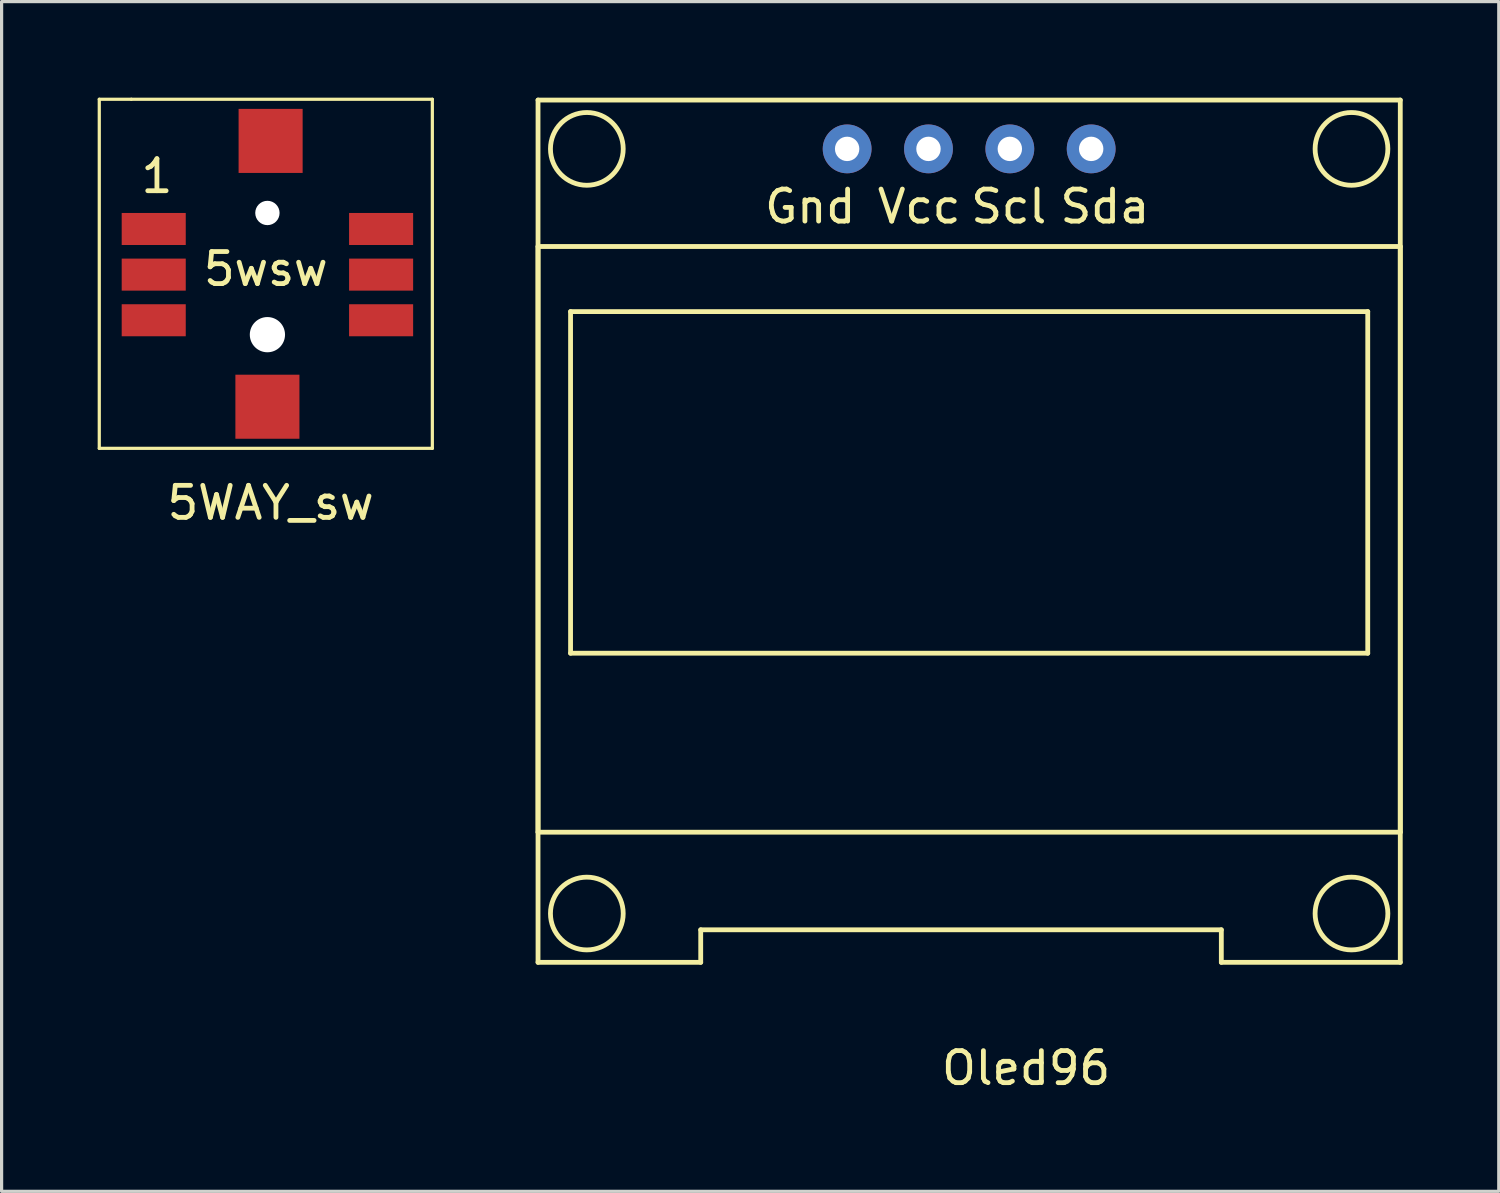
<source format=kicad_pcb>
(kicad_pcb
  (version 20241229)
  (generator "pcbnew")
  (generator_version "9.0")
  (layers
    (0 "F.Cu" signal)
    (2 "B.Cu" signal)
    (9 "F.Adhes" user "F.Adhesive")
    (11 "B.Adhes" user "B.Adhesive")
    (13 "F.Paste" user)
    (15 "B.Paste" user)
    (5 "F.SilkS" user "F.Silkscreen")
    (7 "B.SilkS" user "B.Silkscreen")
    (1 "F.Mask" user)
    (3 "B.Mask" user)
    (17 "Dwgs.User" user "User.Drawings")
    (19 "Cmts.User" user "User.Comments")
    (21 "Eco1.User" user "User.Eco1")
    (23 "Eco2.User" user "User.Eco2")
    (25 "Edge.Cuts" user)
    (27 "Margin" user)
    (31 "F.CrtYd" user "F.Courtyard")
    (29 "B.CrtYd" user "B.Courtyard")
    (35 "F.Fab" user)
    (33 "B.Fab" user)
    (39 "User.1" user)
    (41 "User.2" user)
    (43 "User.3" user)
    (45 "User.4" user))
  (footprint "5WAY_sw"
    (layer "F.Cu")
    (at 1.05 3.6)
    (property "Reference" "5WAY_sw" (at 4.35 9.05 0) (layer "F.SilkS") (effects (font (size 1 1) (thickness 0.15))))
    (attr through_hole)
    (fp_line (start -1 -3.55) (end 0 -3.55) (stroke (width 0.1) (type solid)) (layer "F.SilkS"))
    (fp_line (start -1 7.35) (end -1 -3.55) (stroke (width 0.1) (type solid)) (layer "F.SilkS"))
    (fp_line (start 0 -3.55) (end 9.4 -3.55) (stroke (width 0.1) (type solid)) (layer "F.SilkS"))
    (fp_line (start 9.4 -3.55) (end 9.4 7.35) (stroke (width 0.1) (type solid)) (layer "F.SilkS"))
    (fp_line (start 9.4 7.35) (end -1 7.35) (stroke (width 0.1) (type solid)) (layer "F.SilkS"))
    (fp_circle (center 4.25 0) (end 4.65 -0.1) (stroke (width 0.1) (type solid)) (fill no) (layer "Margin"))
    (fp_circle (center 4.25 3.8) (end 4.8 3.75) (stroke (width 0.1) (type solid)) (fill no) (layer "Margin"))
    (fp_text user "1" (at 0.8 -1.15 0) (layer "F.SilkS") (effects (font (size 1 1) (thickness 0.15))))
    (fp_text user "5wsw" (at 4.2 1.75 0) (layer "F.SilkS") (effects (font (size 1 1) (thickness 0.15))))
    (pad "" np_thru_hole circle (at 4.25 0) (size 0.76 0.76) (drill 0.76) (layers "*.Cu" "*.Mask"))
    (pad "" np_thru_hole circle (at 4.25 3.8) (size 1.1 1.1) (drill 1.1) (layers "*.Cu" "*.Mask"))
    (pad "" smd rect (at 4.25 6.05) (size 2 2) (layers "F.Cu" "F.Mask" "F.Paste"))
    (pad "" smd rect (at 4.35 -2.25) (size 2 2) (layers "F.Cu" "F.Mask" "F.Paste"))
    (pad "1" smd rect (at 0.7 0.5) (size 2 1) (layers "F.Cu" "F.Mask" "F.Paste"))
    (pad "2" smd rect (at 0.7 1.925) (size 2 1) (layers "F.Cu" "F.Mask" "F.Paste"))
    (pad "3" smd rect (at 0.7 3.35) (size 2 1) (layers "F.Cu" "F.Mask" "F.Paste"))
    (pad "4" smd rect (at 7.8 0.5) (size 2 1) (layers "F.Cu" "F.Mask" "F.Paste"))
    (pad "5" smd rect (at 7.8 1.925) (size 2 1) (layers "F.Cu" "F.Mask" "F.Paste"))
    (pad "6" smd rect (at 7.8 3.35) (size 2 1) (layers "F.Cu" "F.Mask" "F.Paste")))
  (footprint "Oled96"
    (layer "F.Cu")
    (at 13.75 26.999)
    (property "Reference" "Oled96" (at 15.24 3.302 0) (layer "F.SilkS") (effects (font (size 1 1) (thickness 0.15))))
    (attr through_hole)
    (fp_line (start 0 -26.924) (end 26.924 -26.924) (stroke (width 0.15) (type solid)) (layer "F.SilkS"))
    (fp_line (start 0 -22.352) (end 26.924 -22.352) (stroke (width 0.15) (type solid)) (layer "F.SilkS"))
    (fp_line (start 0 -4.064) (end 0 -22.352) (stroke (width 0.15) (type solid)) (layer "F.SilkS"))
    (fp_line (start 0 0) (end 0 -26.924) (stroke (width 0.15) (type solid)) (layer "F.SilkS"))
    (fp_line (start 0 0) (end 5.08 0) (stroke (width 0.15) (type solid)) (layer "F.SilkS"))
    (fp_line (start 1.016 -20.32) (end 25.908 -20.32) (stroke (width 0.15) (type solid)) (layer "F.SilkS"))
    (fp_line (start 1.016 -9.652) (end 1.016 -20.32) (stroke (width 0.15) (type solid)) (layer "F.SilkS"))
    (fp_line (start 5.08 -1.016) (end 21.336 -1.016) (stroke (width 0.15) (type solid)) (layer "F.SilkS"))
    (fp_line (start 5.08 0) (end 5.08 -1.016) (stroke (width 0.15) (type solid)) (layer "F.SilkS"))
    (fp_line (start 21.336 -1.016) (end 21.336 0) (stroke (width 0.15) (type solid)) (layer "F.SilkS"))
    (fp_line (start 21.336 0) (end 26.924 0) (stroke (width 0.15) (type solid)) (layer "F.SilkS"))
    (fp_line (start 25.908 -20.32) (end 25.908 -9.652) (stroke (width 0.15) (type solid)) (layer "F.SilkS"))
    (fp_line (start 25.908 -9.652) (end 1.016 -9.652) (stroke (width 0.15) (type solid)) (layer "F.SilkS"))
    (fp_line (start 26.924 -26.924) (end 26.924 0) (stroke (width 0.15) (type solid)) (layer "F.SilkS"))
    (fp_line (start 26.924 -22.352) (end 26.924 -4.064) (stroke (width 0.15) (type solid)) (layer "F.SilkS"))
    (fp_line (start 26.924 -4.064) (end 0 -4.064) (stroke (width 0.15) (type solid)) (layer "F.SilkS"))
    (fp_circle (center 1.524 -25.4) (end 2.54 -25.908) (stroke (width 0.15) (type solid)) (fill no) (layer "F.SilkS"))
    (fp_circle (center 1.524 -1.524) (end 2.54 -2.032) (stroke (width 0.15) (type solid)) (fill no) (layer "F.SilkS"))
    (fp_circle (center 25.4 -25.4) (end 26.416 -25.908) (stroke (width 0.15) (type solid)) (fill no) (layer "F.SilkS"))
    (fp_circle (center 25.4 -1.524) (end 25.908 -2.54) (stroke (width 0.15) (type solid)) (fill no) (layer "F.SilkS"))
    (fp_text user "Vcc" (at 11.9 -23.6 0) (layer "F.SilkS") (effects (font (size 1 1) (thickness 0.15))))
    (fp_text user "Sda" (at 17.7 -23.6 0) (layer "F.SilkS") (effects (font (size 1 1) (thickness 0.15))))
    (fp_text user "Gnd" (at 8.5 -23.6 0) (layer "F.SilkS") (effects (font (size 1 1) (thickness 0.15))))
    (fp_text user "Scl" (at 14.7 -23.6 0) (layer "F.SilkS") (effects (font (size 1 1) (thickness 0.15))))
    (pad "1" thru_hole circle (at 17.272 -25.4) (size 1.524 1.524) (drill 0.762) (layers "*.Cu" "*.Mask"))
    (pad "2" thru_hole circle (at 14.732 -25.4) (size 1.524 1.524) (drill 0.762) (layers "*.Cu" "*.Mask"))
    (pad "3" thru_hole circle (at 12.192 -25.4) (size 1.524 1.524) (drill 0.762) (layers "*.Cu" "*.Mask"))
    (pad "4" thru_hole circle (at 9.652 -25.4) (size 1.524 1.524) (drill 0.762) (layers "*.Cu" "*.Mask")))
  (gr_rect
    (start -3 -3)
    (end 43.749 34.149)
    (stroke (width 0.1) (type default))
    (fill no)
    (layer "Edge.Cuts")))
</source>
